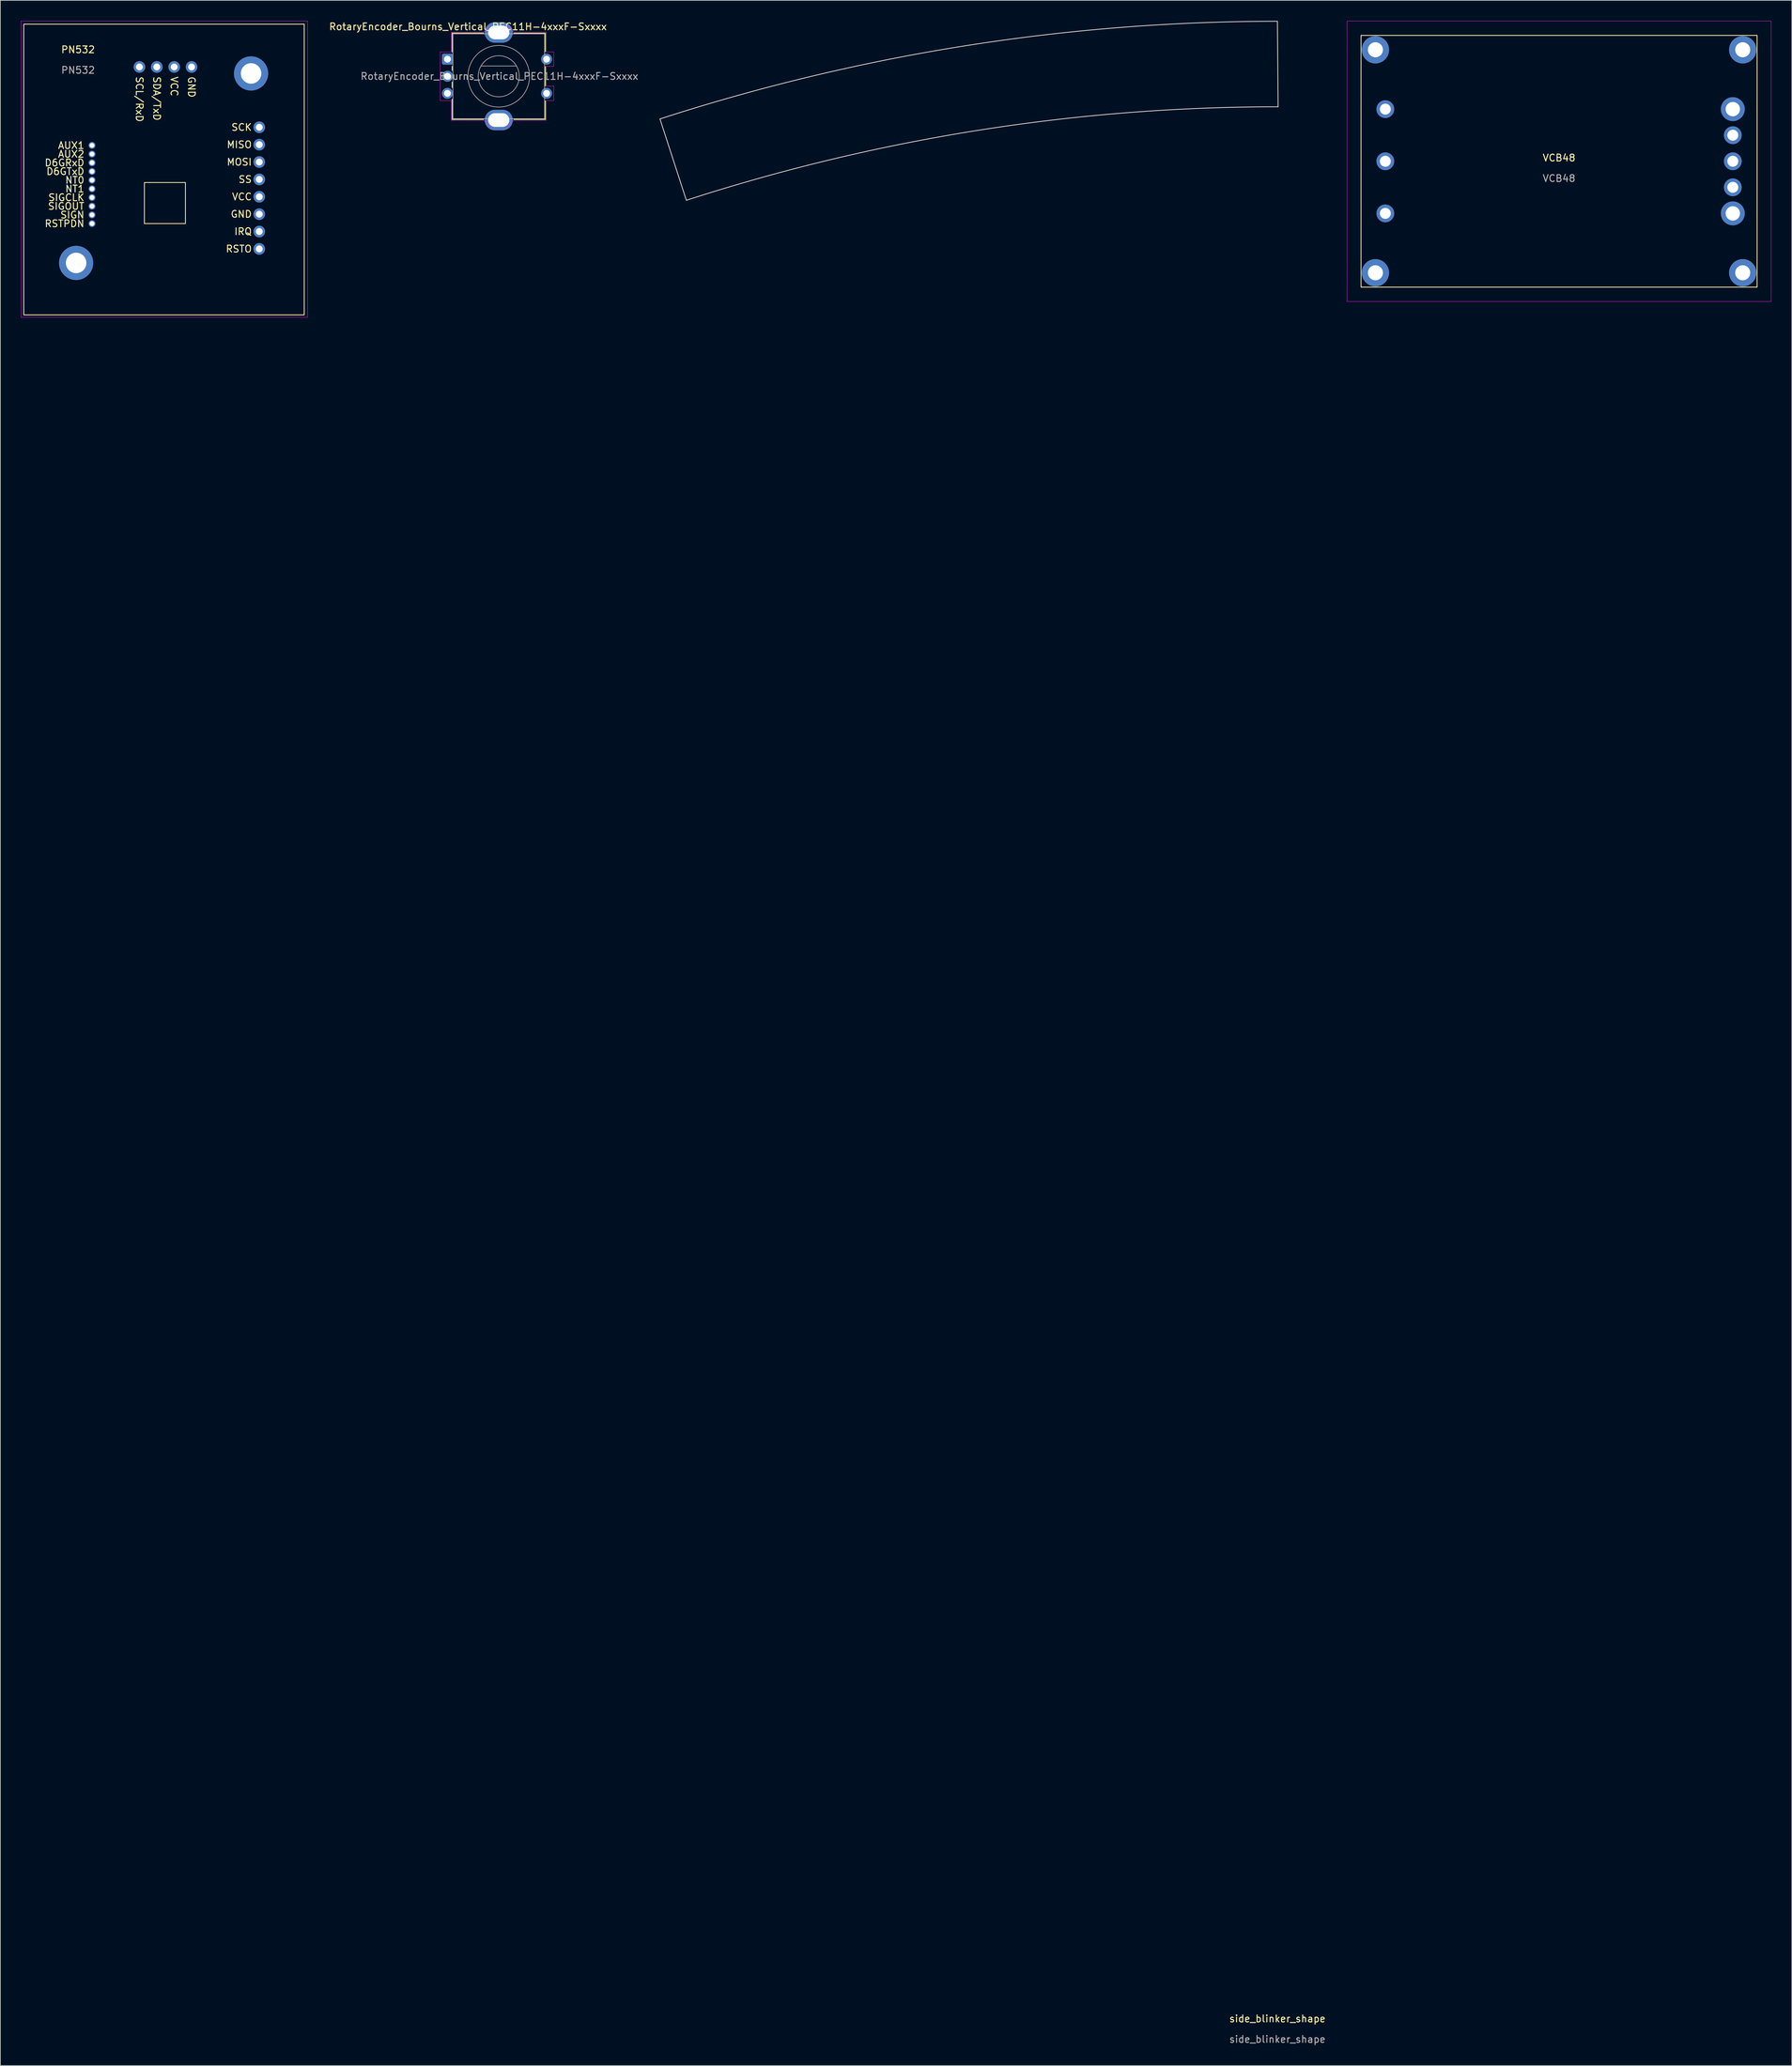
<source format=kicad_pcb>
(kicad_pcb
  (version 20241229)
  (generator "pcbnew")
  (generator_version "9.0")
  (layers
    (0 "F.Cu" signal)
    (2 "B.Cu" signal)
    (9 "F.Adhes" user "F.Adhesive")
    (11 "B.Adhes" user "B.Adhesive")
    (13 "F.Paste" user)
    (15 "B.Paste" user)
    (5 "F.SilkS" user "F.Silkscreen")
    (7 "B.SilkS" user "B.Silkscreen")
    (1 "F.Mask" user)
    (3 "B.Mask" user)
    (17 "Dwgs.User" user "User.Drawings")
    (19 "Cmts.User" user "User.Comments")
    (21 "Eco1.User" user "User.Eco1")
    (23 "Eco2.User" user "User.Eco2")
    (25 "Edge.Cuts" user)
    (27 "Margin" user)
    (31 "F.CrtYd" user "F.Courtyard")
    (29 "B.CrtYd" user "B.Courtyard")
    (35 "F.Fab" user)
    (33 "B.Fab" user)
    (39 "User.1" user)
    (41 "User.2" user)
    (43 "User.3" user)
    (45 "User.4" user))
  (footprint "PN532"
    (layer "F.Cu")
    (at 21.361 22.303)
    (property "Reference" "PN532" (at -13 -18.096 0) (unlocked yes) (layer "F.SilkS") (effects (font (size 1 1) (thickness 0.15))))
    (attr through_hole)
    (fp_rect (start -3.3 1.329) (end 2.7 7.329) (stroke (width 0.12) (type default)) (fill no) (layer "F.SilkS"))
    (fp_rect (start 20.064 20.678) (end -20.936 -21.822) (stroke (width 0.12) (type default)) (fill no) (layer "F.SilkS"))
    (fp_rect (start 20.564 -22.278) (end -21.336 21.022) (stroke (width 0.05) (type default)) (fill no) (layer "F.CrtYd"))
    (fp_text user "SCL/RxD" (at -4.028 -14.256 270) (unlocked yes) (layer "F.SilkS") (effects (font (size 1 1) (thickness 0.15)) (justify left)))
    (fp_text user "SS" (at 12.482 0.874 0) (unlocked yes) (layer "F.SilkS") (effects (font (size 1 1) (thickness 0.15)) (justify right)))
    (fp_text user "GND" (at 3.592 -14.256 270) (unlocked yes) (layer "F.SilkS") (effects (font (size 1 1) (thickness 0.15)) (justify left)))
    (fp_text user "AUX2" (at -12 -2.826 0) (unlocked yes) (layer "F.SilkS") (effects (font (size 1 1) (thickness 0.15)) (justify right)))
    (fp_text user "SIGCLK" (at -12 3.524 0) (unlocked yes) (layer "F.SilkS") (effects (font (size 1 1) (thickness 0.15)) (justify right)))
    (fp_text user "GND" (at 12.482 5.954 0) (unlocked yes) (layer "F.SilkS") (effects (font (size 1 1) (thickness 0.15)) (justify right)))
    (fp_text user "NT1" (at -12 2.254 0) (unlocked yes) (layer "F.SilkS") (effects (font (size 1 1) (thickness 0.15)) (justify right)))
    (fp_text user "NT0" (at -12 0.984 0) (unlocked yes) (layer "F.SilkS") (effects (font (size 1 1) (thickness 0.15)) (justify right)))
    (fp_text user "D6GRxD" (at -12 -1.556 0) (unlocked yes) (layer "F.SilkS") (effects (font (size 1 1) (thickness 0.15)) (justify right)))
    (fp_text user "RSTO" (at 12.482 11.034 0) (unlocked yes) (layer "F.SilkS") (effects (font (size 1 1) (thickness 0.15)) (justify right)))
    (fp_text user "D6GTxD" (at -12 -0.286 0) (unlocked yes) (layer "F.SilkS") (effects (font (size 1 1) (thickness 0.15)) (justify right)))
    (fp_text user "VCC" (at 12.482 3.414 0) (unlocked yes) (layer "F.SilkS") (effects (font (size 1 1) (thickness 0.15)) (justify right)))
    (fp_text user "RSTPDN" (at -12 7.334 0) (unlocked yes) (layer "F.SilkS") (effects (font (size 1 1) (thickness 0.15)) (justify right)))
    (fp_text user "AUX1" (at -12 -4.096 0) (unlocked yes) (layer "F.SilkS") (effects (font (size 1 1) (thickness 0.15)) (justify right)))
    (fp_text user "SIGN" (at -12 6.064 0) (unlocked yes) (layer "F.SilkS") (effects (font (size 1 1) (thickness 0.15)) (justify right)))
    (fp_text user "VCC" (at 1.052 -14.256 270) (unlocked yes) (layer "F.SilkS") (effects (font (size 1 1) (thickness 0.15)) (justify left)))
    (fp_text user "MOSI" (at 12.482 -1.666 0) (unlocked yes) (layer "F.SilkS") (effects (font (size 1 1) (thickness 0.15)) (justify right)))
    (fp_text user "MISO" (at 12.482 -4.206 0) (unlocked yes) (layer "F.SilkS") (effects (font (size 1 1) (thickness 0.15)) (justify right)))
    (fp_text user "SCK" (at 12.482 -6.746 0) (unlocked yes) (layer "F.SilkS") (effects (font (size 1 1) (thickness 0.15)) (justify right)))
    (fp_text user "SDA/TxD" (at -1.488 -14.256 270) (unlocked yes) (layer "F.SilkS") (effects (font (size 1 1) (thickness 0.15)) (justify left)))
    (fp_text user "SIGOUT" (at -12 4.794 0) (unlocked yes) (layer "F.SilkS") (effects (font (size 1 1) (thickness 0.15)) (justify right)))
    (fp_text user "IRQ" (at 12.482 8.494 0) (unlocked yes) (layer "F.SilkS") (effects (font (size 1 1) (thickness 0.15)) (justify right)))
    (fp_text user "${REFERENCE}" (at -13 -15.096 0) (unlocked yes) (layer "F.Fab") (effects (font (size 1 1) (thickness 0.15))))
    (pad "" thru_hole circle (at -13.283 13.084 180) (size 5 5) (drill 3) (layers "*.Cu" "*.Mask"))
    (pad "" thru_hole circle (at 12.292 -14.616 180) (size 5 5) (drill 3) (layers "*.Cu" "*.Mask"))
    (pad "1" thru_hole circle (at 3.592 -15.566) (size 1.7 1.7) (drill 1) (layers "*.Cu" "*.Mask"))
    (pad "2" thru_hole circle (at 1.052 -15.566) (size 1.7 1.7) (drill 1) (layers "*.Cu" "*.Mask"))
    (pad "3" thru_hole circle (at -1.488 -15.566) (size 1.7 1.7) (drill 1) (layers "*.Cu" "*.Mask"))
    (pad "4" thru_hole circle (at -4.028 -15.566) (size 1.7 1.7) (drill 1) (layers "*.Cu" "*.Mask"))
    (pad "5" thru_hole circle (at 13.492 11.034) (size 1.7 1.7) (drill 1) (layers "*.Cu" "*.Mask"))
    (pad "6" thru_hole circle (at 13.492 8.494) (size 1.7 1.7) (drill 1) (layers "*.Cu" "*.Mask"))
    (pad "7" thru_hole circle (at 13.492 5.954) (size 1.7 1.7) (drill 1) (layers "*.Cu" "*.Mask"))
    (pad "8" thru_hole circle (at 13.492 3.414) (size 1.7 1.7) (drill 1) (layers "*.Cu" "*.Mask"))
    (pad "9" thru_hole circle (at 13.492 0.874) (size 1.7 1.7) (drill 1) (layers "*.Cu" "*.Mask"))
    (pad "10" thru_hole circle (at 13.492 -1.666) (size 1.7 1.7) (drill 1) (layers "*.Cu" "*.Mask"))
    (pad "11" thru_hole circle (at 13.492 -4.206) (size 1.7 1.7) (drill 1) (layers "*.Cu" "*.Mask"))
    (pad "12" thru_hole circle (at 13.492 -6.746) (size 1.7 1.7) (drill 1) (layers "*.Cu" "*.Mask"))
    (pad "13" thru_hole circle (at -10.958 7.334 180) (size 1 1) (drill 0.7) (layers "*.Cu" "*.Mask"))
    (pad "14" thru_hole circle (at -10.96 6.06 180) (size 1 1) (drill 0.7) (layers "*.Cu" "*.Mask"))
    (pad "15" thru_hole circle (at -10.96 4.79 180) (size 1 1) (drill 0.7) (layers "*.Cu" "*.Mask"))
    (pad "16" thru_hole circle (at -10.96 3.52 180) (size 1 1) (drill 0.7) (layers "*.Cu" "*.Mask"))
    (pad "17" thru_hole circle (at -10.96 2.25 180) (size 1 1) (drill 0.7) (layers "*.Cu" "*.Mask"))
    (pad "18" thru_hole circle (at -10.96 0.98 180) (size 1 1) (drill 0.7) (layers "*.Cu" "*.Mask"))
    (pad "19" thru_hole circle (at -10.96 -0.29 180) (size 1 1) (drill 0.7) (layers "*.Cu" "*.Mask"))
    (pad "20" thru_hole circle (at -10.96 -1.56 180) (size 1 1) (drill 0.7) (layers "*.Cu" "*.Mask"))
    (pad "21" thru_hole circle (at -10.96 -2.83 180) (size 1 1) (drill 0.7) (layers "*.Cu" "*.Mask"))
    (pad "22" thru_hole circle (at -10.96 -4.1 180) (size 1 1) (drill 0.7) (layers "*.Cu" "*.Mask")))
  (footprint "side_blinker_shape"
    (layer "F.Cu")
    (at 183.699 292.56)
    (property "Reference" "side_blinker_shape" (at 0 -0.5 0) (unlocked yes) (layer "F.SilkS") (effects (font (size 1 1) (thickness 0.15))))
    (attr smd)
    (fp_line (start -90.267 -278.223) (end -86.41 -266.333) (stroke (width 0.12) (type default)) (layer "Edge.Cuts"))
    (fp_line (start 0 -292.5) (end 0.1 -280) (stroke (width 0.12) (type default)) (layer "Edge.Cuts"))
    (fp_arc (start -90.267454 -278.222998) (mid -45.694765 -288.908702) (end 0 -292.5) (stroke (width 0.12) (type default)) (layer "Edge.Cuts"))
    (fp_arc (start -86.409876 -266.333143) (mid -43.692613 -276.570001) (end 0.1 -279.999999) (stroke (width 0.12) (type default)) (layer "Edge.Cuts"))
    (fp_text user "${REFERENCE}" (at 0 2.5 0) (unlocked yes) (layer "F.Fab") (effects (font (size 1 1) (thickness 0.15)))))
  (footprint "RotaryEncoder_Bourns_Vertical_PEC11H-4xxxF-Sxxxx"
    (layer "F.Cu")
    (at 69.861 8.098)
    (property "Reference" "RotaryEncoder_Bourns_Vertical_PEC11H-4xxxF-Sxxxx" (at -4.5 -7.25 180) (layer "F.SilkS") (effects (font (size 1 1) (thickness 0.15))))
    (attr through_hole)
    (fp_line (start -6.81 -6.31) (end -2.2 -6.31) (stroke (width 0.12) (type solid)) (layer "F.SilkS"))
    (fp_line (start -6.81 -3.55) (end -6.81 -6.31) (stroke (width 0.12) (type solid)) (layer "F.SilkS"))
    (fp_line (start -6.81 -1.45) (end -6.81 -0.85) (stroke (width 0.12) (type solid)) (layer "F.SilkS"))
    (fp_line (start -6.81 0.85) (end -6.81 1.65) (stroke (width 0.12) (type solid)) (layer "F.SilkS"))
    (fp_line (start -6.81 3.35) (end -6.81 6.31) (stroke (width 0.12) (type solid)) (layer "F.SilkS"))
    (fp_line (start -2.2 6.31) (end -6.81 6.31) (stroke (width 0.12) (type solid)) (layer "F.SilkS"))
    (fp_line (start 2.2 -6.3) (end 6.81 -6.3) (stroke (width 0.12) (type solid)) (layer "F.SilkS"))
    (fp_line (start 6.81 -6.3) (end 6.81 -3.6) (stroke (width 0.12) (type solid)) (layer "F.SilkS"))
    (fp_line (start 6.81 -1.4) (end 6.81 1.4) (stroke (width 0.12) (type solid)) (layer "F.SilkS"))
    (fp_line (start 6.81 3.6) (end 6.81 6.31) (stroke (width 0.12) (type solid)) (layer "F.SilkS"))
    (fp_line (start 6.81 6.31) (end 2.2 6.31) (stroke (width 0.12) (type solid)) (layer "F.SilkS"))
    (fp_line (start -8.55 -3.55) (end -6.95 -3.55) (stroke (width 0.05) (type solid)) (layer "F.CrtYd"))
    (fp_line (start -8.55 3.55) (end -8.55 -3.55) (stroke (width 0.05) (type solid)) (layer "F.CrtYd"))
    (fp_line (start -6.95 -6.45) (end -2.2 -6.45) (stroke (width 0.05) (type solid)) (layer "F.CrtYd"))
    (fp_line (start -6.95 -3.55) (end -6.95 -6.45) (stroke (width 0.05) (type solid)) (layer "F.CrtYd"))
    (fp_line (start -6.95 3.55) (end -8.55 3.55) (stroke (width 0.05) (type solid)) (layer "F.CrtYd"))
    (fp_line (start -6.95 6.45) (end -6.95 3.55) (stroke (width 0.05) (type solid)) (layer "F.CrtYd"))
    (fp_line (start -2.2 -6.45) (end -1.3 -7.35) (stroke (width 0.05) (type solid)) (layer "F.CrtYd"))
    (fp_line (start -2.2 6.45) (end -6.95 6.45) (stroke (width 0.05) (type solid)) (layer "F.CrtYd"))
    (fp_line (start -2.2 6.45) (end -1.3 7.35) (stroke (width 0.05) (type solid)) (layer "F.CrtYd"))
    (fp_line (start -1.3 -7.35) (end 1.3 -7.35) (stroke (width 0.05) (type solid)) (layer "F.CrtYd"))
    (fp_line (start 1.3 7.35) (end -1.3 7.35) (stroke (width 0.05) (type solid)) (layer "F.CrtYd"))
    (fp_line (start 2.2 -6.45) (end 1.3 -7.35) (stroke (width 0.05) (type solid)) (layer "F.CrtYd"))
    (fp_line (start 2.2 -6.45) (end 6.95 -6.45) (stroke (width 0.05) (type solid)) (layer "F.CrtYd"))
    (fp_line (start 2.2 6.45) (end 1.3 7.35) (stroke (width 0.05) (type solid)) (layer "F.CrtYd"))
    (fp_line (start 6.95 -6.45) (end 6.95 -3.55) (stroke (width 0.05) (type solid)) (layer "F.CrtYd"))
    (fp_line (start 6.95 -3.55) (end 8.05 -3.55) (stroke (width 0.05) (type default)) (layer "F.CrtYd"))
    (fp_line (start 6.95 -1.45) (end 6.95 1.45) (stroke (width 0.05) (type solid)) (layer "F.CrtYd"))
    (fp_line (start 6.95 1.45) (end 8.05 1.45) (stroke (width 0.05) (type default)) (layer "F.CrtYd"))
    (fp_line (start 6.95 3.55) (end 6.95 6.45) (stroke (width 0.05) (type solid)) (layer "F.CrtYd"))
    (fp_line (start 6.95 6.45) (end 2.2 6.45) (stroke (width 0.05) (type solid)) (layer "F.CrtYd"))
    (fp_line (start 8.05 -3.55) (end 8.05 -1.45) (stroke (width 0.05) (type default)) (layer "F.CrtYd"))
    (fp_line (start 8.05 -1.45) (end 6.95 -1.45) (stroke (width 0.05) (type default)) (layer "F.CrtYd"))
    (fp_line (start 8.05 1.45) (end 8.05 3.55) (stroke (width 0.05) (type default)) (layer "F.CrtYd"))
    (fp_line (start 8.05 3.55) (end 6.95 3.55) (stroke (width 0.05) (type default)) (layer "F.CrtYd"))
    (fp_line (start -6.7 -6.2) (end -6.7 6.2) (stroke (width 0.1) (type solid)) (layer "F.Fab"))
    (fp_line (start -6.7 6.2) (end 6.7 6.2) (stroke (width 0.1) (type solid)) (layer "F.Fab"))
    (fp_line (start -2.59 -1.5) (end 2.59 -1.5) (stroke (width 0.1) (type default)) (layer "F.Fab"))
    (fp_line (start 6.7 -6.2) (end -6.7 -6.2) (stroke (width 0.1) (type solid)) (layer "F.Fab"))
    (fp_line (start 6.7 6.2) (end 6.7 -6.2) (stroke (width 0.1) (type solid)) (layer "F.Fab"))
    (fp_circle (center 0 0) (end 3 0) (stroke (width 0.1) (type solid)) (fill no) (layer "F.Fab"))
    (fp_circle (center 0 0) (end 4.5 0) (stroke (width 0.1) (type default)) (fill no) (layer "F.Fab"))
    (fp_text user "${REFERENCE}" (at 0.1 0 180) (layer "F.Fab") (effects (font (size 1 1) (thickness 0.15))))
    (pad "A" thru_hole roundrect (at -7.5 -2.5) (size 1.6 1.6) (drill 1) (layers "*.Cu" "*.Mask") (roundrect_rratio 0.156))
    (pad "B" thru_hole circle (at -7.5 2.5) (size 1.6 1.6) (drill 1) (layers "*.Cu" "*.Mask"))
    (pad "C" thru_hole circle (at -7.5 0) (size 1.6 1.6) (drill 1) (layers "*.Cu" "*.Mask"))
    (pad "S1" thru_hole circle (at 7 -2.5) (size 1.6 1.6) (drill 1) (layers "*.Cu" "*.Mask"))
    (pad "S2" thru_hole circle (at 7 2.5) (size 1.6 1.6) (drill 1) (layers "*.Cu" "*.Mask"))
    (pad "SH" thru_hole oval (at 0 -6.4) (size 4.1 3) (drill oval 3.1 2) (layers "*.Cu" "*.Mask"))
    (pad "SH" thru_hole oval (at 0 6.4) (size 4.1 3) (drill oval 3.1 2) (layers "*.Cu" "*.Mask")))
  (footprint "VCB48"
    (layer "F.Cu")
    (at 224.873 20.525)
    (property "Reference" "VCB48" (at 0 -0.5 0) (unlocked yes) (layer "F.SilkS") (effects (font (size 1 1) (thickness 0.15))))
    (attr through_hole)
    (fp_rect (start -28.95 -18.4) (end 28.95 18.4) (stroke (width 0.12) (type default)) (fill no) (layer "F.SilkS"))
    (fp_rect (start -31 -20.5) (end 31 20.5) (stroke (width 0.05) (type default)) (fill no) (layer "F.CrtYd"))
    (fp_text user "${REFERENCE}" (at 0 2.5 0) (unlocked yes) (layer "F.Fab") (effects (font (size 1 1) (thickness 0.15))))
    (pad "" np_thru_hole circle (at -26.85 -16.3) (size 4 4) (drill 2.2) (layers "*.Cu" "*.Mask"))
    (pad "" np_thru_hole circle (at -26.85 16.3) (size 4 4) (drill 2.2) (layers "*.Cu" "*.Mask"))
    (pad "" np_thru_hole circle (at 26.85 -16.3) (size 4 4) (drill 2.2) (layers "*.Cu" "*.Mask"))
    (pad "" np_thru_hole circle (at 26.85 16.3) (size 4 4) (drill 2.2) (layers "*.Cu" "*.Mask"))
    (pad "1" thru_hole circle (at -25.4 -7.62) (size 2.6 2.6) (drill 1.6) (layers "*.Cu" "*.Mask"))
    (pad "2" thru_hole circle (at -25.4 0) (size 2.6 2.6) (drill 1.6) (layers "*.Cu" "*.Mask"))
    (pad "3" thru_hole circle (at -25.4 7.62) (size 2.6 2.6) (drill 1.6) (layers "*.Cu" "*.Mask"))
    (pad "4" thru_hole circle (at 25.4 7.62) (size 3.5 3.5) (drill 2.1) (layers "*.Cu" "*.Mask"))
    (pad "5" thru_hole circle (at 25.4 3.81) (size 2.6 2.6) (drill 1.6) (layers "*.Cu" "*.Mask"))
    (pad "6" thru_hole circle (at 25.4 0) (size 2.6 2.6) (drill 1.6) (layers "*.Cu" "*.Mask"))
    (pad "7" thru_hole circle (at 25.4 -3.81) (size 2.6 2.6) (drill 1.6) (layers "*.Cu" "*.Mask"))
    (pad "8" thru_hole circle (at 25.4 -7.62) (size 3.5 3.5) (drill 2.1) (layers "*.Cu" "*.Mask")))
  (gr_rect
    (start -3 -3)
    (end 258.898 298.908)
    (stroke (width 0.1) (type default))
    (fill no)
    (layer "Edge.Cuts")))
</source>
